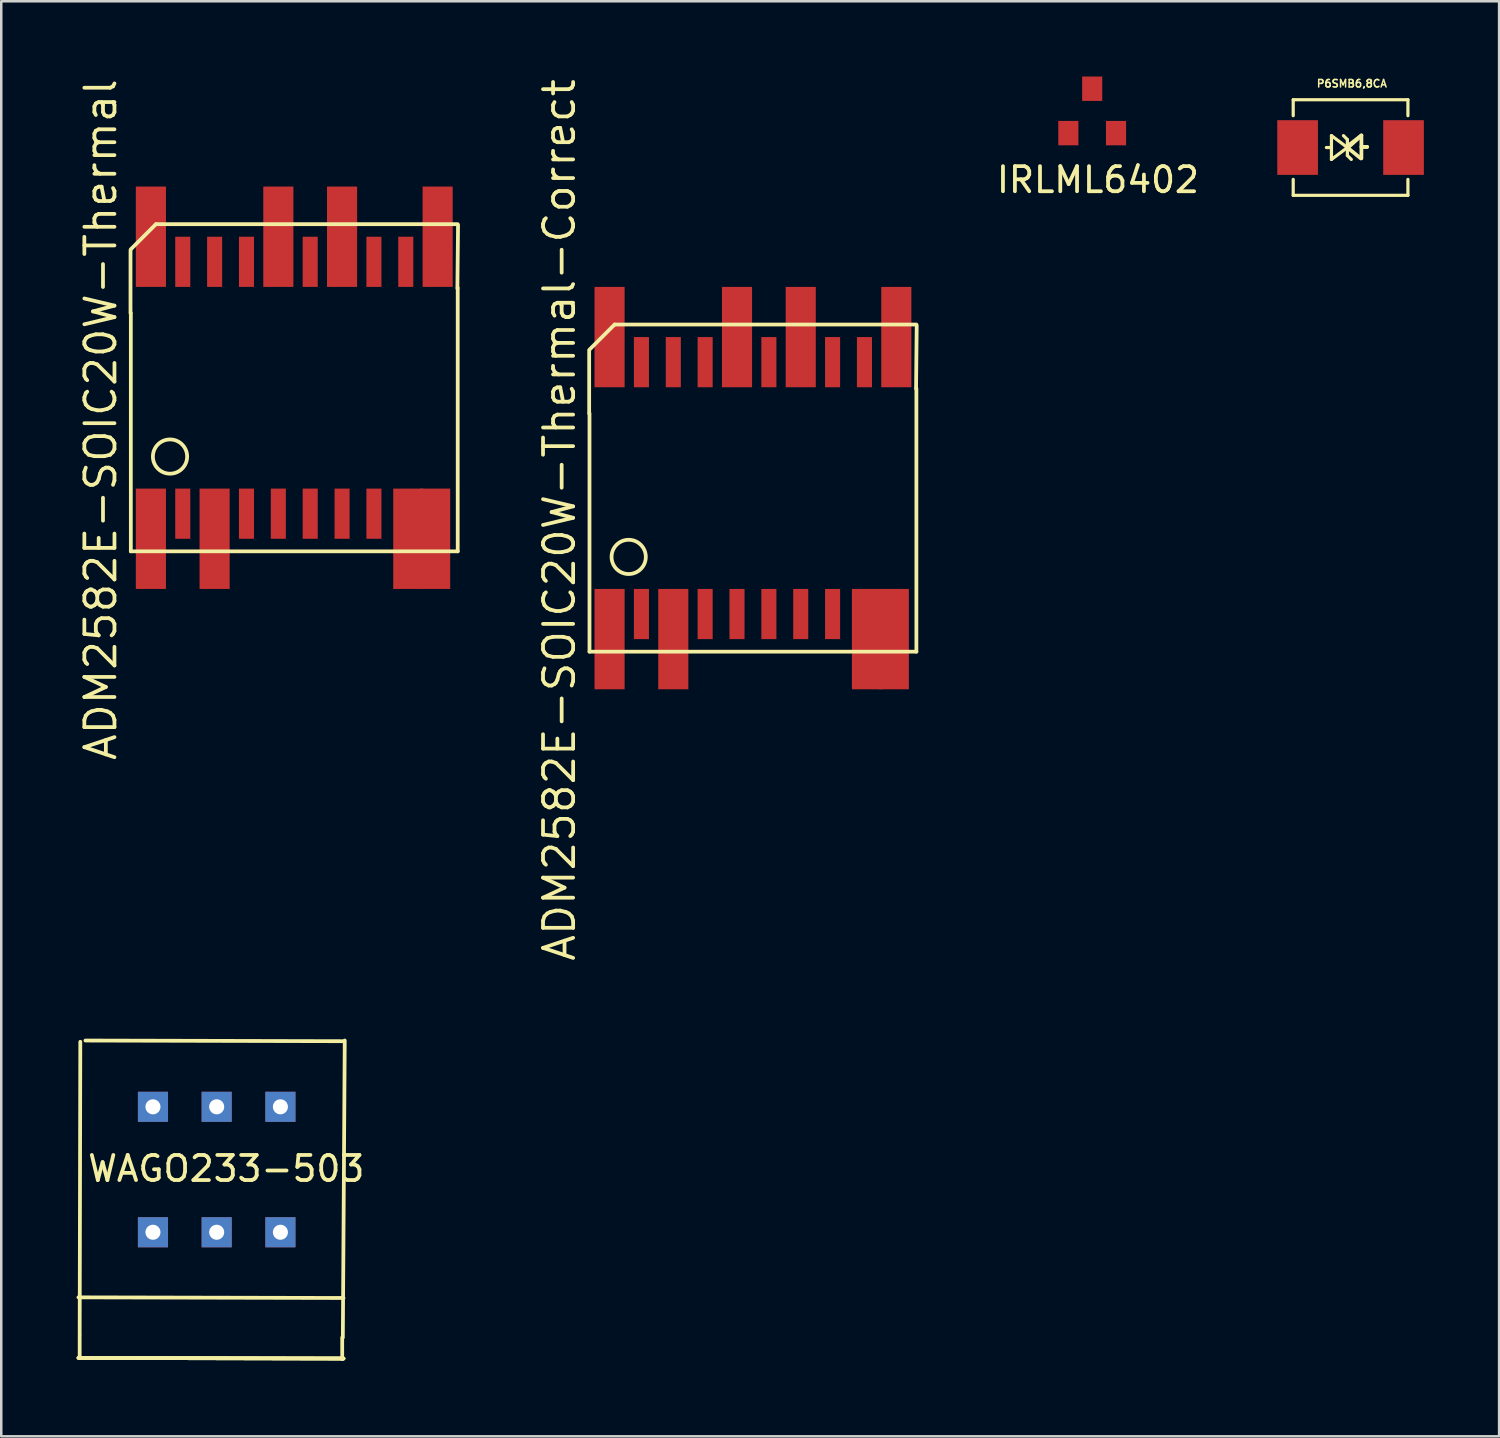
<source format=kicad_pcb>
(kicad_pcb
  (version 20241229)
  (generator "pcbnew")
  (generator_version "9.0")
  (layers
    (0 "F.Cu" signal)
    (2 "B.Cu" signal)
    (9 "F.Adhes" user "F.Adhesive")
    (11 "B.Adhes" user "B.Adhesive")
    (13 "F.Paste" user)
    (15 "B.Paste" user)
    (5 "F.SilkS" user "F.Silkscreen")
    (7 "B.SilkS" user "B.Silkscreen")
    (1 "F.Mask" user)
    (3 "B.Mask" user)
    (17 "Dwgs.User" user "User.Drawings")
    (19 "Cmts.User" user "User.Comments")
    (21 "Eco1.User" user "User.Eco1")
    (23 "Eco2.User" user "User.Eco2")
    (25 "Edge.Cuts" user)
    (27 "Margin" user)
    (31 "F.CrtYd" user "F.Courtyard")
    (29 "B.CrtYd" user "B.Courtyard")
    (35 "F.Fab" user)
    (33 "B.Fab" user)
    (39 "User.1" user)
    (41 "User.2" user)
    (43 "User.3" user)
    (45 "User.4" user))
  (footprint "ADM2582E-SOIC20W-Thermal-Correct"
    (layer "F.Cu")
    (at 20.613 22.756)
    (property "Reference" "ADM2582E-SOIC20W-Thermal-Correct" (at -1.365 -5.08 90) (layer "F.SilkS") (effects (font (size 1.2 1.2) (thickness 0.15))))
    (attr through_hole)
    (fp_line (start -0.178 -9.322) (end -0.178 -11.836) (stroke (width 0.15) (type solid)) (layer "F.SilkS"))
    (fp_line (start -0.165 -9.33) (end -0.165 0.17) (stroke (width 0.15) (type solid)) (layer "F.SilkS"))
    (fp_line (start -0.165 0.17) (end 12.865 0.17) (stroke (width 0.15) (type solid)) (layer "F.SilkS"))
    (fp_line (start 0.835 -12.87) (end -0.165 -11.87) (stroke (width 0.15) (type solid)) (layer "F.SilkS"))
    (fp_line (start 12.852 -10.312) (end 12.878 -12.827) (stroke (width 0.15) (type solid)) (layer "F.SilkS"))
    (fp_line (start 12.865 -12.87) (end 0.835 -12.87) (stroke (width 0.15) (type solid)) (layer "F.SilkS"))
    (fp_line (start 12.865 0.17) (end 12.865 -10.33) (stroke (width 0.15) (type solid)) (layer "F.SilkS"))
    (fp_circle (center 1.397 -3.607) (end 1.88 -4.089) (stroke (width 0.15) (type solid)) (fill no) (layer "F.SilkS"))
    (pad "1" smd rect (at 0.635 -1.33) (size 1.2 4) (drill (offset 0 1)) (layers "F.Cu" "F.Mask" "F.Paste"))
    (pad "2" smd rect (at 1.905 -1.33) (size 0.6 2) (layers "F.Cu" "F.Mask" "F.Paste"))
    (pad "3" smd rect (at 3.175 -1.33) (size 1.2 4) (drill (offset 0 1)) (layers "F.Cu" "F.Mask" "F.Paste"))
    (pad "4" smd rect (at 4.445 -1.33) (size 0.6 2) (layers "F.Cu" "F.Mask" "F.Paste"))
    (pad "5" smd rect (at 5.715 -1.33) (size 0.6 2) (layers "F.Cu" "F.Mask" "F.Paste"))
    (pad "6" smd rect (at 6.985 -1.33) (size 0.6 2) (layers "F.Cu" "F.Mask" "F.Paste"))
    (pad "7" smd rect (at 8.255 -1.33) (size 0.6 2) (layers "F.Cu" "F.Mask" "F.Paste"))
    (pad "8" smd rect (at 9.525 -1.33) (size 0.6 2) (layers "F.Cu" "F.Mask" "F.Paste"))
    (pad "9" smd rect (at 10.795 -1.33) (size 1.2 4) (drill (offset 0.1 1)) (layers "F.Cu" "F.Mask" "F.Paste"))
    (pad "10" smd rect (at 12.065 -1.33) (size 1.2 4) (drill (offset -0.1 1)) (layers "F.Cu" "F.Mask" "F.Paste"))
    (pad "11" smd rect (at 12.065 -11.37) (size 1.2 4) (drill (offset 0 -1)) (layers "F.Cu" "F.Mask" "F.Paste"))
    (pad "12" smd rect (at 10.795 -11.37) (size 0.6 2) (layers "F.Cu" "F.Mask" "F.Paste"))
    (pad "13" smd rect (at 9.525 -11.37) (size 0.6 2) (layers "F.Cu" "F.Mask" "F.Paste"))
    (pad "14" smd rect (at 8.255 -11.37) (size 1.2 4) (drill (offset 0 -1)) (layers "F.Cu" "F.Mask" "F.Paste"))
    (pad "15" smd rect (at 6.985 -11.37) (size 0.6 2) (layers "F.Cu" "F.Mask" "F.Paste"))
    (pad "16" smd rect (at 5.715 -11.37) (size 1.2 4) (drill (offset 0 -1)) (layers "F.Cu" "F.Mask" "F.Paste"))
    (pad "17" smd rect (at 4.445 -11.37) (size 0.6 2) (layers "F.Cu" "F.Mask" "F.Paste"))
    (pad "18" smd rect (at 3.175 -11.37) (size 0.6 2) (layers "F.Cu" "F.Mask" "F.Paste"))
    (pad "19" smd rect (at 1.905 -11.37) (size 0.6 2) (layers "F.Cu" "F.Mask" "F.Paste"))
    (pad "20" smd rect (at 0.635 -11.37) (size 1.2 4) (drill (offset 0 -1)) (layers "F.Cu" "F.Mask" "F.Paste")))
  (footprint "WAGO233-503"
    (layer "F.Cu")
    (at 3.047 41.069)
    (property "Reference" "WAGO233-503" (at 2.921 2.464 0) (layer "F.SilkS") (effects (font (size 1 1) (thickness 0.15))))
    (attr through_hole)
    (fp_line (start -2.972 7.595) (end 7.595 7.62) (stroke (width 0.15) (type solid)) (layer "F.SilkS"))
    (fp_line (start -2.972 10.008) (end 7.595 10.033) (stroke (width 0.15) (type solid)) (layer "F.SilkS"))
    (fp_line (start -2.946 10.008) (end 7.595 10.033) (stroke (width 0.15) (type solid)) (layer "F.SilkS"))
    (fp_line (start -2.921 9.068) (end -2.896 -2.591) (stroke (width 0.15) (type solid)) (layer "F.SilkS"))
    (fp_line (start -2.921 9.119) (end -2.921 10.008) (stroke (width 0.15) (type solid)) (layer "F.SilkS"))
    (fp_line (start 7.544 9.195) (end 7.544 10.058) (stroke (width 0.15) (type solid)) (layer "F.SilkS"))
    (fp_line (start 7.569 9.195) (end 7.645 -2.642) (stroke (width 0.15) (type solid)) (layer "F.SilkS"))
    (fp_line (start 7.595 -2.616) (end -2.692 -2.642) (stroke (width 0.15) (type solid)) (layer "F.SilkS"))
    (fp_line (start 7.595 10.033) (end -2.972 10.008) (stroke (width 0.15) (type solid)) (layer "F.SilkS"))
    (pad "1" thru_hole rect (at 0 0) (size 1.2 1.2) (drill 0.6) (layers "*.Cu" "*.Mask"))
    (pad "1" thru_hole rect (at 0 5) (size 1.2 1.2) (drill 0.6) (layers "*.Cu" "*.Mask"))
    (pad "2" thru_hole rect (at 2.54 0) (size 1.2 1.2) (drill 0.6) (layers "*.Cu" "*.Mask"))
    (pad "2" thru_hole rect (at 2.54 5) (size 1.2 1.2) (drill 0.6) (layers "*.Cu" "*.Mask"))
    (pad "3" thru_hole rect (at 5.08 0) (size 1.2 1.2) (drill 0.6) (layers "*.Cu" "*.Mask"))
    (pad "3" thru_hole rect (at 5.08 5) (size 1.2 1.2) (drill 0.6) (layers "*.Cu" "*.Mask")))
  (footprint "P6SMB6,8CA"
    (layer "F.Cu")
    (at 50.785 2.831)
    (property "Reference" "P6SMB6,8CA" (at 0.051 -2.55 0) (layer "F.SilkS") (effects (font (size 0.3 0.3) (thickness 0.06))))
    (attr smd)
    (fp_line (start -2.286 -1.905) (end 2.286 -1.905) (stroke (width 0.127) (type solid)) (layer "F.SilkS"))
    (fp_line (start -2.286 -1.27) (end -2.286 -1.905) (stroke (width 0.127) (type solid)) (layer "F.SilkS"))
    (fp_line (start -2.286 1.27) (end -2.286 1.905) (stroke (width 0.127) (type solid)) (layer "F.SilkS"))
    (fp_line (start -2.286 1.905) (end 2.286 1.905) (stroke (width 0.127) (type solid)) (layer "F.SilkS"))
    (fp_line (start -0.762 -0.475) (end -0.762 0) (stroke (width 0.127) (type solid)) (layer "F.SilkS"))
    (fp_line (start -0.762 0) (end -0.965 0) (stroke (width 0.127) (type solid)) (layer "F.SilkS"))
    (fp_line (start -0.762 0) (end -0.762 0.475) (stroke (width 0.127) (type solid)) (layer "F.SilkS"))
    (fp_line (start -0.762 0.475) (end -0.127 0) (stroke (width 0.127) (type solid)) (layer "F.SilkS"))
    (fp_line (start -0.127 -0.318) (end -0.284 -0.475) (stroke (width 0.127) (type solid)) (layer "F.SilkS"))
    (fp_line (start -0.127 -0.051) (end 0.432 -0.483) (stroke (width 0.15) (type solid)) (layer "F.SilkS"))
    (fp_line (start -0.127 0) (end -0.762 -0.475) (stroke (width 0.127) (type solid)) (layer "F.SilkS"))
    (fp_line (start -0.127 0) (end -0.127 -0.318) (stroke (width 0.127) (type solid)) (layer "F.SilkS"))
    (fp_line (start -0.127 0) (end -0.127 0.318) (stroke (width 0.127) (type solid)) (layer "F.SilkS"))
    (fp_line (start -0.127 0) (end 0.406 0.432) (stroke (width 0.15) (type solid)) (layer "F.SilkS"))
    (fp_line (start -0.127 0.318) (end 0.03 0.475) (stroke (width 0.127) (type solid)) (layer "F.SilkS"))
    (fp_line (start -0.102 0) (end 0.406 -0.457) (stroke (width 0.15) (type solid)) (layer "F.SilkS"))
    (fp_line (start 0.432 -0.483) (end 0.432 0.432) (stroke (width 0.15) (type solid)) (layer "F.SilkS"))
    (fp_line (start 0.457 -0.025) (end 0.66 -0.025) (stroke (width 0.15) (type solid)) (layer "F.SilkS"))
    (fp_line (start 0.66 -0.025) (end 0.432 -0.025) (stroke (width 0.15) (type solid)) (layer "F.SilkS"))
    (fp_line (start 2.286 -1.905) (end 2.286 -1.27) (stroke (width 0.127) (type solid)) (layer "F.SilkS"))
    (fp_line (start 2.286 1.905) (end 2.286 1.27) (stroke (width 0.127) (type solid)) (layer "F.SilkS"))
    (pad "1" smd rect (at -2.111 0) (size 1.621 2.179) (layers "F.Cu" "F.Mask" "F.Paste"))
    (pad "2" smd rect (at 2.111 0) (size 1.621 2.179) (layers "F.Cu" "F.Mask" "F.Paste")))
  (footprint "ADM2582E-SOIC20W-Thermal"
    (layer "F.Cu")
    (at 2.33 18.756)
    (property "Reference" "ADM2582E-SOIC20W-Thermal" (at -1.365 -5.08 90) (layer "F.SilkS") (effects (font (size 1.2 1.2) (thickness 0.15))))
    (attr through_hole)
    (fp_line (start -0.178 -9.322) (end -0.178 -11.836) (stroke (width 0.15) (type solid)) (layer "F.SilkS"))
    (fp_line (start -0.165 -9.33) (end -0.165 0.17) (stroke (width 0.15) (type solid)) (layer "F.SilkS"))
    (fp_line (start -0.165 0.17) (end 12.865 0.17) (stroke (width 0.15) (type solid)) (layer "F.SilkS"))
    (fp_line (start 0.835 -12.87) (end -0.165 -11.87) (stroke (width 0.15) (type solid)) (layer "F.SilkS"))
    (fp_line (start 12.852 -10.312) (end 12.878 -12.827) (stroke (width 0.15) (type solid)) (layer "F.SilkS"))
    (fp_line (start 12.865 -12.87) (end 0.835 -12.87) (stroke (width 0.15) (type solid)) (layer "F.SilkS"))
    (fp_line (start 12.865 0.17) (end 12.865 -10.33) (stroke (width 0.15) (type solid)) (layer "F.SilkS"))
    (fp_circle (center 1.397 -3.607) (end 1.88 -4.089) (stroke (width 0.15) (type solid)) (fill no) (layer "F.SilkS"))
    (pad "1" smd rect (at 0.635 -1.33) (size 1.2 4) (drill (offset 0 1)) (layers "F.Cu" "F.Mask" "F.Paste"))
    (pad "2" smd rect (at 1.905 -1.33) (size 0.6 2) (layers "F.Cu" "F.Mask" "F.Paste"))
    (pad "3" smd rect (at 3.175 -1.33) (size 1.2 4) (drill (offset 0 1)) (layers "F.Cu" "F.Mask" "F.Paste"))
    (pad "4" smd rect (at 4.445 -1.33) (size 0.6 2) (layers "F.Cu" "F.Mask" "F.Paste"))
    (pad "5" smd rect (at 5.715 -1.33) (size 0.6 2) (layers "F.Cu" "F.Mask" "F.Paste"))
    (pad "6" smd rect (at 6.985 -1.33) (size 0.6 2) (layers "F.Cu" "F.Mask" "F.Paste"))
    (pad "7" smd rect (at 8.255 -1.33) (size 0.6 2) (layers "F.Cu" "F.Mask" "F.Paste"))
    (pad "8" smd rect (at 9.525 -1.33) (size 0.6 2) (layers "F.Cu" "F.Mask" "F.Paste"))
    (pad "9" smd rect (at 10.795 -1.33) (size 1.2 4) (drill (offset 0.1 1)) (layers "F.Cu" "F.Mask" "F.Paste"))
    (pad "10" smd rect (at 12.065 -1.33) (size 1.2 4) (drill (offset -0.1 1)) (layers "F.Cu" "F.Mask" "F.Paste"))
    (pad "11" smd rect (at 12.065 -11.37) (size 1.2 4) (drill (offset 0 -1)) (layers "F.Cu" "F.Mask" "F.Paste"))
    (pad "12" smd rect (at 10.795 -11.37) (size 0.6 2) (layers "F.Cu" "F.Mask" "F.Paste"))
    (pad "13" smd rect (at 9.525 -11.37) (size 0.6 2) (layers "F.Cu" "F.Mask" "F.Paste"))
    (pad "14" smd rect (at 8.255 -11.37) (size 1.2 4) (drill (offset 0 -1)) (layers "F.Cu" "F.Mask" "F.Paste"))
    (pad "15" smd rect (at 6.985 -11.37) (size 0.6 2) (layers "F.Cu" "F.Mask" "F.Paste"))
    (pad "16" smd rect (at 5.715 -11.37) (size 1.2 4) (drill (offset 0 -1)) (layers "F.Cu" "F.Mask" "F.Paste"))
    (pad "17" smd rect (at 4.445 -11.37) (size 0.6 2) (layers "F.Cu" "F.Mask" "F.Paste"))
    (pad "18" smd rect (at 3.175 -11.37) (size 0.6 2) (layers "F.Cu" "F.Mask" "F.Paste"))
    (pad "19" smd rect (at 1.905 -11.37) (size 0.6 2) (layers "F.Cu" "F.Mask" "F.Paste"))
    (pad "20" smd rect (at 0.635 -11.37) (size 1.2 4) (drill (offset 0 -1)) (layers "F.Cu" "F.Mask" "F.Paste")))
  (footprint "IRLML6402"
    (layer "F.Cu")
    (at 40.486 0.486)
    (property "Reference" "IRLML6402" (at 0.229 3.632 0) (layer "F.SilkS") (effects (font (size 1 1) (thickness 0.15))))
    (attr through_hole)
    (pad "1" smd rect (at 0 0) (size 0.802 0.972) (layers "F.Cu" "F.Mask" "F.Paste"))
    (pad "2" smd rect (at -0.95 1.77) (size 0.802 0.972) (layers "F.Cu" "F.Mask" "F.Paste"))
    (pad "3" smd rect (at 0.95 1.77) (size 0.802 0.972) (layers "F.Cu" "F.Mask" "F.Paste")))
  (gr_rect
    (start -3 -3)
    (end 56.706 54.203)
    (stroke (width 0.1) (type default))
    (fill no)
    (layer "Edge.Cuts")))
</source>
